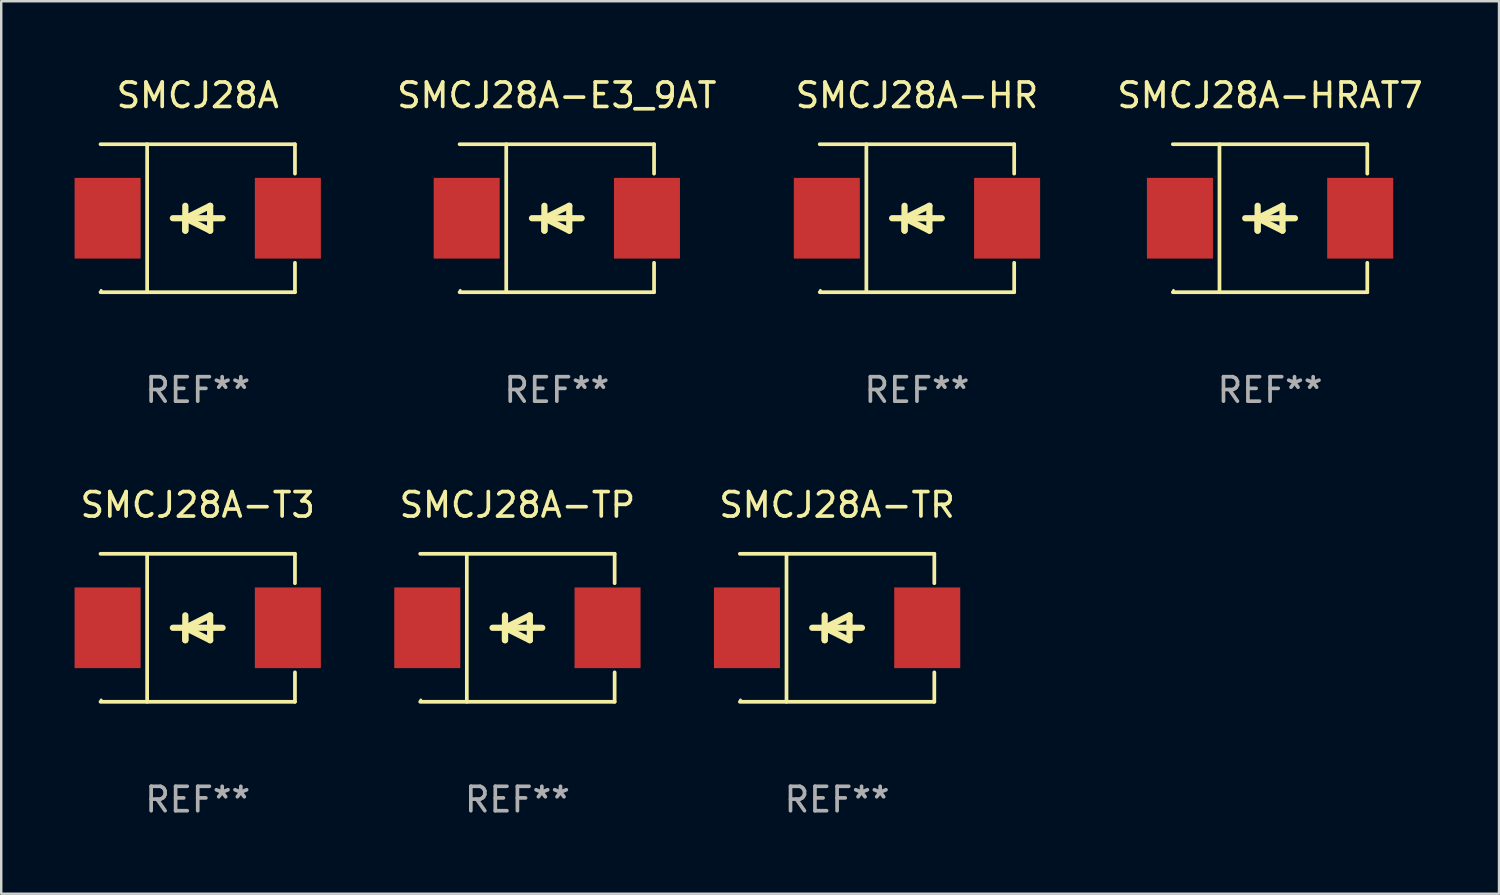
<source format=kicad_pcb>
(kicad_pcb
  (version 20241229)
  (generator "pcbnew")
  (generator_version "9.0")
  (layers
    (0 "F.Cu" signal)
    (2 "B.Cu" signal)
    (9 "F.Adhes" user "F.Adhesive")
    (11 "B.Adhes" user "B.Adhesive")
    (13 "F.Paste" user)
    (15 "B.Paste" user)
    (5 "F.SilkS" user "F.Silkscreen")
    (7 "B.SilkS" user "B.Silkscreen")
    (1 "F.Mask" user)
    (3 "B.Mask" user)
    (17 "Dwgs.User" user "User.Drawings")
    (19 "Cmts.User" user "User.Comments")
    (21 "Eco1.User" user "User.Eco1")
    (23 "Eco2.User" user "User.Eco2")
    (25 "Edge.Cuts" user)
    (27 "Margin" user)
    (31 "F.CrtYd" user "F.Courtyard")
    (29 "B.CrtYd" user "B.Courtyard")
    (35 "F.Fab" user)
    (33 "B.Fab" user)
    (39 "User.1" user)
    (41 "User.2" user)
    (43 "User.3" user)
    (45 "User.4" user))
  (footprint "SMCJ28A-TR"
    (layer "F.Cu")
    (at 31.182 22.623)
    (property "Reference" "SMCJ28A-TR" (at 0 -5.026 0) (layer "F.SilkS") (effects (font (size 1 1) (thickness 0.15))))
    (attr through_hole)
    (fp_line (start -3.976 -3.026) (end 3.976 -3.026) (stroke (width 0.152) (type solid)) (layer "F.SilkS"))
    (fp_line (start -3.976 3.026) (end 3.976 3.026) (stroke (width 0.152) (type solid)) (layer "F.SilkS"))
    (fp_line (start -2.069 -3.026) (end -2.069 3.026) (stroke (width 0.152) (type solid)) (layer "F.SilkS"))
    (fp_line (start -0.508 0) (end -0.508 0.508) (stroke (width 0.254) (type solid)) (layer "F.SilkS"))
    (fp_line (start -0.508 0) (end 0.508 0.508) (stroke (width 0.254) (type solid)) (layer "F.SilkS"))
    (fp_line (start -0.508 0.508) (end -0.508 -0.508) (stroke (width 0.254) (type solid)) (layer "F.SilkS"))
    (fp_line (start 0.508 -0.508) (end -0.508 0) (stroke (width 0.254) (type solid)) (layer "F.SilkS"))
    (fp_line (start 0.508 0.508) (end 0.508 -0.508) (stroke (width 0.254) (type solid)) (layer "F.SilkS"))
    (fp_line (start 1.016 0) (end -1.016 0) (stroke (width 0.254) (type solid)) (layer "F.SilkS"))
    (fp_line (start 3.976 -3.026) (end 3.976 -1.823) (stroke (width 0.152) (type solid)) (layer "F.SilkS"))
    (fp_line (start 3.976 3.026) (end 3.976 1.823) (stroke (width 0.152) (type solid)) (layer "F.SilkS"))
    (fp_circle (center -3.95 2.95) (end -3.92 2.95) (stroke (width 0.06) (type solid)) (fill no) (layer "F.SilkS"))
    (fp_text user "REF**" (at 0 7.026 0) (layer "F.Fab") (effects (font (size 1 1) (thickness 0.15))))
    (pad "1" smd rect (at -3.686 0) (size 2.7 3.3) (layers "F.Cu" "F.Mask" "F.Paste"))
    (pad "2" smd rect (at 3.686 0) (size 2.7 3.3) (layers "F.Cu" "F.Mask" "F.Paste")))
  (footprint "SMCJ28A-E3_9AT"
    (layer "F.Cu")
    (at 19.721 5.874)
    (property "Reference" "SMCJ28A-E3_9AT" (at 0 -5.026 0) (layer "F.SilkS") (effects (font (size 1 1) (thickness 0.15))))
    (attr through_hole)
    (fp_line (start -3.976 -3.026) (end 3.976 -3.026) (stroke (width 0.152) (type solid)) (layer "F.SilkS"))
    (fp_line (start -3.976 3.026) (end 3.976 3.026) (stroke (width 0.152) (type solid)) (layer "F.SilkS"))
    (fp_line (start -2.069 -3.026) (end -2.069 3.026) (stroke (width 0.152) (type solid)) (layer "F.SilkS"))
    (fp_line (start -0.508 0) (end -0.508 0.508) (stroke (width 0.254) (type solid)) (layer "F.SilkS"))
    (fp_line (start -0.508 0) (end 0.508 0.508) (stroke (width 0.254) (type solid)) (layer "F.SilkS"))
    (fp_line (start -0.508 0.508) (end -0.508 -0.508) (stroke (width 0.254) (type solid)) (layer "F.SilkS"))
    (fp_line (start 0.508 -0.508) (end -0.508 0) (stroke (width 0.254) (type solid)) (layer "F.SilkS"))
    (fp_line (start 0.508 0.508) (end 0.508 -0.508) (stroke (width 0.254) (type solid)) (layer "F.SilkS"))
    (fp_line (start 1.016 0) (end -1.016 0) (stroke (width 0.254) (type solid)) (layer "F.SilkS"))
    (fp_line (start 3.976 -3.026) (end 3.976 -1.823) (stroke (width 0.152) (type solid)) (layer "F.SilkS"))
    (fp_line (start 3.976 3.026) (end 3.976 1.823) (stroke (width 0.152) (type solid)) (layer "F.SilkS"))
    (fp_circle (center -3.95 2.95) (end -3.92 2.95) (stroke (width 0.06) (type solid)) (fill no) (layer "F.SilkS"))
    (fp_text user "REF**" (at 0 7.026 0) (layer "F.Fab") (effects (font (size 1 1) (thickness 0.15))))
    (pad "1" smd rect (at -3.686 0) (size 2.7 3.3) (layers "F.Cu" "F.Mask" "F.Paste"))
    (pad "2" smd rect (at 3.686 0) (size 2.7 3.3) (layers "F.Cu" "F.Mask" "F.Paste")))
  (footprint "SMCJ28A-HRAT7"
    (layer "F.Cu")
    (at 48.888 5.874)
    (property "Reference" "SMCJ28A-HRAT7" (at 0 -5.026 0) (layer "F.SilkS") (effects (font (size 1 1) (thickness 0.15))))
    (attr through_hole)
    (fp_line (start -3.976 -3.026) (end 3.976 -3.026) (stroke (width 0.152) (type solid)) (layer "F.SilkS"))
    (fp_line (start -3.976 3.026) (end 3.976 3.026) (stroke (width 0.152) (type solid)) (layer "F.SilkS"))
    (fp_line (start -2.069 -3.026) (end -2.069 3.026) (stroke (width 0.152) (type solid)) (layer "F.SilkS"))
    (fp_line (start -0.508 0) (end -0.508 0.508) (stroke (width 0.254) (type solid)) (layer "F.SilkS"))
    (fp_line (start -0.508 0) (end 0.508 0.508) (stroke (width 0.254) (type solid)) (layer "F.SilkS"))
    (fp_line (start -0.508 0.508) (end -0.508 -0.508) (stroke (width 0.254) (type solid)) (layer "F.SilkS"))
    (fp_line (start 0.508 -0.508) (end -0.508 0) (stroke (width 0.254) (type solid)) (layer "F.SilkS"))
    (fp_line (start 0.508 0.508) (end 0.508 -0.508) (stroke (width 0.254) (type solid)) (layer "F.SilkS"))
    (fp_line (start 1.016 0) (end -1.016 0) (stroke (width 0.254) (type solid)) (layer "F.SilkS"))
    (fp_line (start 3.976 -3.026) (end 3.976 -1.823) (stroke (width 0.152) (type solid)) (layer "F.SilkS"))
    (fp_line (start 3.976 3.026) (end 3.976 1.823) (stroke (width 0.152) (type solid)) (layer "F.SilkS"))
    (fp_circle (center -3.95 2.95) (end -3.92 2.95) (stroke (width 0.06) (type solid)) (fill no) (layer "F.SilkS"))
    (fp_text user "REF**" (at 0 7.026 0) (layer "F.Fab") (effects (font (size 1 1) (thickness 0.15))))
    (pad "1" smd rect (at -3.686 0) (size 2.7 3.3) (layers "F.Cu" "F.Mask" "F.Paste"))
    (pad "2" smd rect (at 3.686 0) (size 2.7 3.3) (layers "F.Cu" "F.Mask" "F.Paste")))
  (footprint "SMCJ28A-TP"
    (layer "F.Cu")
    (at 18.109 22.623)
    (property "Reference" "SMCJ28A-TP" (at 0 -5.026 0) (layer "F.SilkS") (effects (font (size 1 1) (thickness 0.15))))
    (attr through_hole)
    (fp_line (start -3.976 -3.026) (end 3.976 -3.026) (stroke (width 0.152) (type solid)) (layer "F.SilkS"))
    (fp_line (start -3.976 3.026) (end 3.976 3.026) (stroke (width 0.152) (type solid)) (layer "F.SilkS"))
    (fp_line (start -2.069 -3.026) (end -2.069 3.026) (stroke (width 0.152) (type solid)) (layer "F.SilkS"))
    (fp_line (start -0.508 0) (end -0.508 0.508) (stroke (width 0.254) (type solid)) (layer "F.SilkS"))
    (fp_line (start -0.508 0) (end 0.508 0.508) (stroke (width 0.254) (type solid)) (layer "F.SilkS"))
    (fp_line (start -0.508 0.508) (end -0.508 -0.508) (stroke (width 0.254) (type solid)) (layer "F.SilkS"))
    (fp_line (start 0.508 -0.508) (end -0.508 0) (stroke (width 0.254) (type solid)) (layer "F.SilkS"))
    (fp_line (start 0.508 0.508) (end 0.508 -0.508) (stroke (width 0.254) (type solid)) (layer "F.SilkS"))
    (fp_line (start 1.016 0) (end -1.016 0) (stroke (width 0.254) (type solid)) (layer "F.SilkS"))
    (fp_line (start 3.976 -3.026) (end 3.976 -1.823) (stroke (width 0.152) (type solid)) (layer "F.SilkS"))
    (fp_line (start 3.976 3.026) (end 3.976 1.823) (stroke (width 0.152) (type solid)) (layer "F.SilkS"))
    (fp_circle (center -3.95 2.95) (end -3.92 2.95) (stroke (width 0.06) (type solid)) (fill no) (layer "F.SilkS"))
    (fp_text user "REF**" (at 0 7.026 0) (layer "F.Fab") (effects (font (size 1 1) (thickness 0.15))))
    (pad "1" smd rect (at -3.686 0) (size 2.7 3.3) (layers "F.Cu" "F.Mask" "F.Paste"))
    (pad "2" smd rect (at 3.686 0) (size 2.7 3.3) (layers "F.Cu" "F.Mask" "F.Paste")))
  (footprint "SMCJ28A-HR"
    (layer "F.Cu")
    (at 34.448 5.874)
    (property "Reference" "SMCJ28A-HR" (at 0 -5.026 0) (layer "F.SilkS") (effects (font (size 1 1) (thickness 0.15))))
    (attr through_hole)
    (fp_line (start -3.976 -3.026) (end 3.976 -3.026) (stroke (width 0.152) (type solid)) (layer "F.SilkS"))
    (fp_line (start -3.976 3.026) (end 3.976 3.026) (stroke (width 0.152) (type solid)) (layer "F.SilkS"))
    (fp_line (start -2.069 -3.026) (end -2.069 3.026) (stroke (width 0.152) (type solid)) (layer "F.SilkS"))
    (fp_line (start -0.508 0) (end -0.508 0.508) (stroke (width 0.254) (type solid)) (layer "F.SilkS"))
    (fp_line (start -0.508 0) (end 0.508 0.508) (stroke (width 0.254) (type solid)) (layer "F.SilkS"))
    (fp_line (start -0.508 0.508) (end -0.508 -0.508) (stroke (width 0.254) (type solid)) (layer "F.SilkS"))
    (fp_line (start 0.508 -0.508) (end -0.508 0) (stroke (width 0.254) (type solid)) (layer "F.SilkS"))
    (fp_line (start 0.508 0.508) (end 0.508 -0.508) (stroke (width 0.254) (type solid)) (layer "F.SilkS"))
    (fp_line (start 1.016 0) (end -1.016 0) (stroke (width 0.254) (type solid)) (layer "F.SilkS"))
    (fp_line (start 3.976 -3.026) (end 3.976 -1.823) (stroke (width 0.152) (type solid)) (layer "F.SilkS"))
    (fp_line (start 3.976 3.026) (end 3.976 1.823) (stroke (width 0.152) (type solid)) (layer "F.SilkS"))
    (fp_circle (center -3.95 2.95) (end -3.92 2.95) (stroke (width 0.06) (type solid)) (fill no) (layer "F.SilkS"))
    (fp_text user "REF**" (at 0 7.026 0) (layer "F.Fab") (effects (font (size 1 1) (thickness 0.15))))
    (pad "1" smd rect (at -3.686 0) (size 2.7 3.3) (layers "F.Cu" "F.Mask" "F.Paste"))
    (pad "2" smd rect (at 3.686 0) (size 2.7 3.3) (layers "F.Cu" "F.Mask" "F.Paste")))
  (footprint "SMCJ28A"
    (layer "F.Cu")
    (at 5.036 5.874)
    (property "Reference" "SMCJ28A" (at 0 -5.026 0) (layer "F.SilkS") (effects (font (size 1 1) (thickness 0.15))))
    (attr through_hole)
    (fp_line (start -3.976 -3.026) (end 3.976 -3.026) (stroke (width 0.152) (type solid)) (layer "F.SilkS"))
    (fp_line (start -3.976 3.026) (end 3.976 3.026) (stroke (width 0.152) (type solid)) (layer "F.SilkS"))
    (fp_line (start -2.069 -3.026) (end -2.069 3.026) (stroke (width 0.152) (type solid)) (layer "F.SilkS"))
    (fp_line (start -0.508 0) (end -0.508 0.508) (stroke (width 0.254) (type solid)) (layer "F.SilkS"))
    (fp_line (start -0.508 0) (end 0.508 0.508) (stroke (width 0.254) (type solid)) (layer "F.SilkS"))
    (fp_line (start -0.508 0.508) (end -0.508 -0.508) (stroke (width 0.254) (type solid)) (layer "F.SilkS"))
    (fp_line (start 0.508 -0.508) (end -0.508 0) (stroke (width 0.254) (type solid)) (layer "F.SilkS"))
    (fp_line (start 0.508 0.508) (end 0.508 -0.508) (stroke (width 0.254) (type solid)) (layer "F.SilkS"))
    (fp_line (start 1.016 0) (end -1.016 0) (stroke (width 0.254) (type solid)) (layer "F.SilkS"))
    (fp_line (start 3.976 -3.026) (end 3.976 -1.823) (stroke (width 0.152) (type solid)) (layer "F.SilkS"))
    (fp_line (start 3.976 3.026) (end 3.976 1.823) (stroke (width 0.152) (type solid)) (layer "F.SilkS"))
    (fp_circle (center -3.95 2.95) (end -3.92 2.95) (stroke (width 0.06) (type solid)) (fill no) (layer "F.SilkS"))
    (fp_text user "REF**" (at 0 7.026 0) (layer "F.Fab") (effects (font (size 1 1) (thickness 0.15))))
    (pad "1" smd rect (at -3.686 0) (size 2.7 3.3) (layers "F.Cu" "F.Mask" "F.Paste"))
    (pad "2" smd rect (at 3.686 0) (size 2.7 3.3) (layers "F.Cu" "F.Mask" "F.Paste")))
  (footprint "SMCJ28A-T3"
    (layer "F.Cu")
    (at 5.036 22.623)
    (property "Reference" "SMCJ28A-T3" (at 0 -5.026 0) (layer "F.SilkS") (effects (font (size 1 1) (thickness 0.15))))
    (attr through_hole)
    (fp_line (start -3.976 -3.026) (end 3.976 -3.026) (stroke (width 0.152) (type solid)) (layer "F.SilkS"))
    (fp_line (start -3.976 3.026) (end 3.976 3.026) (stroke (width 0.152) (type solid)) (layer "F.SilkS"))
    (fp_line (start -2.069 -3.026) (end -2.069 3.026) (stroke (width 0.152) (type solid)) (layer "F.SilkS"))
    (fp_line (start -0.508 0) (end -0.508 0.508) (stroke (width 0.254) (type solid)) (layer "F.SilkS"))
    (fp_line (start -0.508 0) (end 0.508 0.508) (stroke (width 0.254) (type solid)) (layer "F.SilkS"))
    (fp_line (start -0.508 0.508) (end -0.508 -0.508) (stroke (width 0.254) (type solid)) (layer "F.SilkS"))
    (fp_line (start 0.508 -0.508) (end -0.508 0) (stroke (width 0.254) (type solid)) (layer "F.SilkS"))
    (fp_line (start 0.508 0.508) (end 0.508 -0.508) (stroke (width 0.254) (type solid)) (layer "F.SilkS"))
    (fp_line (start 1.016 0) (end -1.016 0) (stroke (width 0.254) (type solid)) (layer "F.SilkS"))
    (fp_line (start 3.976 -3.026) (end 3.976 -1.823) (stroke (width 0.152) (type solid)) (layer "F.SilkS"))
    (fp_line (start 3.976 3.026) (end 3.976 1.823) (stroke (width 0.152) (type solid)) (layer "F.SilkS"))
    (fp_circle (center -3.95 2.95) (end -3.92 2.95) (stroke (width 0.06) (type solid)) (fill no) (layer "F.SilkS"))
    (fp_text user "REF**" (at 0 7.026 0) (layer "F.Fab") (effects (font (size 1 1) (thickness 0.15))))
    (pad "1" smd rect (at -3.686 0) (size 2.7 3.3) (layers "F.Cu" "F.Mask" "F.Paste"))
    (pad "2" smd rect (at 3.686 0) (size 2.7 3.3) (layers "F.Cu" "F.Mask" "F.Paste")))
  (gr_rect
    (start -3 -3)
    (end 58.251 33.498)
    (stroke (width 0.1) (type default))
    (fill no)
    (layer "Edge.Cuts")))
</source>
